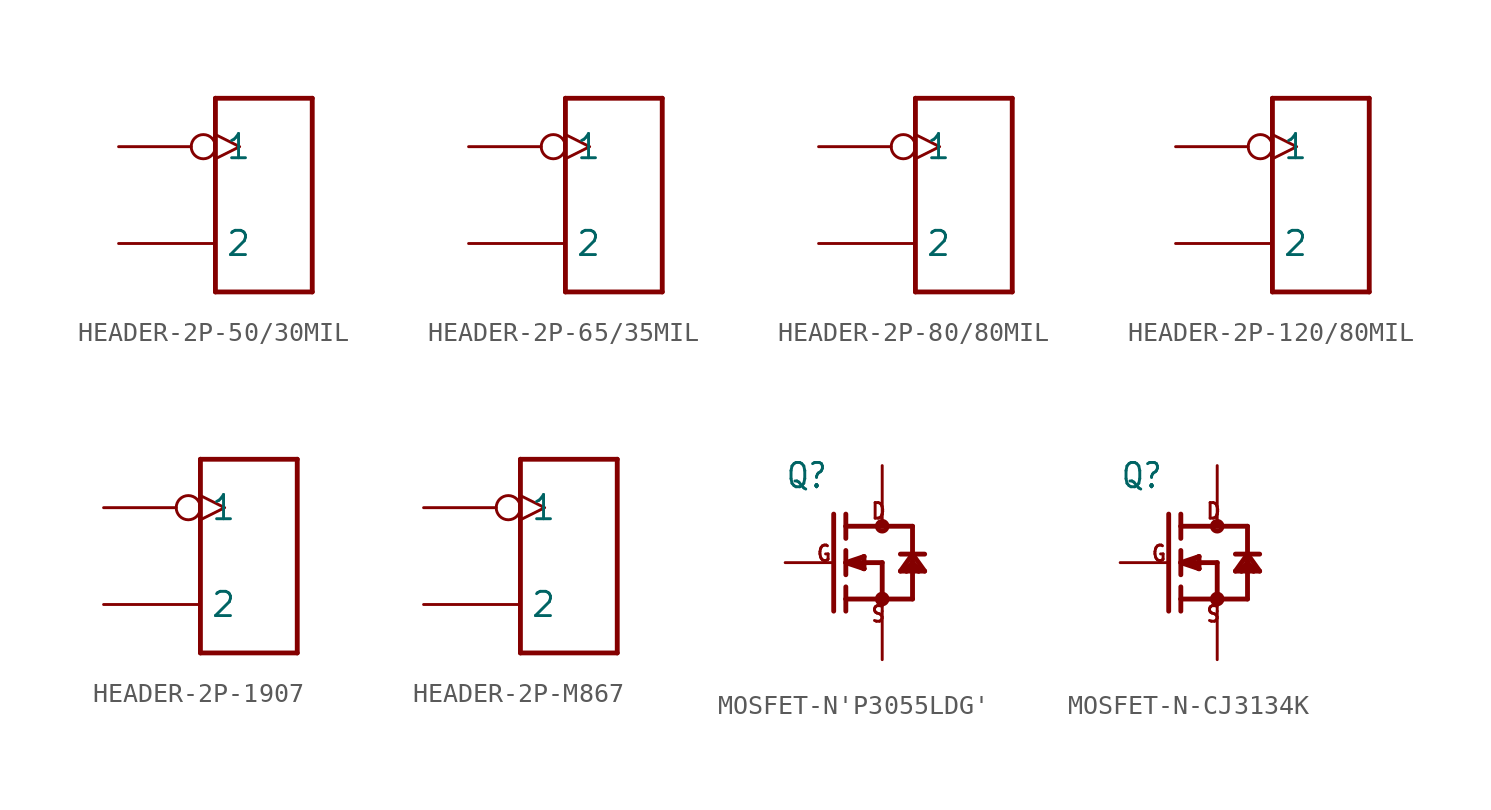
<source format=kicad_sym>
(kicad_symbol_lib
  (version 20220914)
  (generator kicad_symbol_editor)
  (symbol "HEADER-2P-50/30MIL"
    (property "Reference" "J"
      (at -6.35 6.35 0)
      (effects (font (size 1.27 1.079)) (justify left bottom) hide))
    (property "ki_locked" ""
      (at 0 0 0)
      (effects (font (size 1.27 1.27))))
    (symbol "HEADER-2P-50/30MIL_1_0"
      (polyline (pts (xy -2.54 -5.08) (xy -2.54 5.08)) (stroke (width 0.254) (type solid)) (fill (type none)))
      (polyline (pts (xy -2.54 5.08) (xy 2.54 5.08)) (stroke (width 0.254) (type solid)) (fill (type none)))
      (polyline (pts (xy 2.54 -5.08) (xy -2.54 -5.08)) (stroke (width 0.254) (type solid)) (fill (type none)))
      (polyline (pts (xy 2.54 5.08) (xy 2.54 -5.08)) (stroke (width 0.254) (type solid)) (fill (type none)))
      (pin bidirectional inverted_clock (at -7.62 2.54 0) (length 5.08) (name "1" (effects (font (size 1.27 1.27)))) (number "1" (effects (font (size 0 0)))))
      (pin bidirectional line (at -7.62 -2.54 0) (length 5.08) (name "2" (effects (font (size 1.27 1.27)))) (number "2" (effects (font (size 0 0)))))))
  (symbol "HEADER-2P-65/35MIL"
    (property "Reference" "J"
      (at -6.35 6.35 0)
      (effects (font (size 1.27 1.079)) (justify left bottom) hide))
    (property "ki_locked" ""
      (at 0 0 0)
      (effects (font (size 1.27 1.27))))
    (symbol "HEADER-2P-65/35MIL_1_0"
      (polyline (pts (xy -2.54 -5.08) (xy -2.54 5.08)) (stroke (width 0.254) (type solid)) (fill (type none)))
      (polyline (pts (xy -2.54 5.08) (xy 2.54 5.08)) (stroke (width 0.254) (type solid)) (fill (type none)))
      (polyline (pts (xy 2.54 -5.08) (xy -2.54 -5.08)) (stroke (width 0.254) (type solid)) (fill (type none)))
      (polyline (pts (xy 2.54 5.08) (xy 2.54 -5.08)) (stroke (width 0.254) (type solid)) (fill (type none)))
      (pin bidirectional inverted_clock (at -7.62 2.54 0) (length 5.08) (name "1" (effects (font (size 1.27 1.27)))) (number "1" (effects (font (size 0 0)))))
      (pin bidirectional line (at -7.62 -2.54 0) (length 5.08) (name "2" (effects (font (size 1.27 1.27)))) (number "2" (effects (font (size 0 0)))))))
  (symbol "HEADER-2P-80/80MIL"
    (property "Reference" "J"
      (at -6.35 6.35 0)
      (effects (font (size 1.27 1.079)) (justify left bottom) hide))
    (property "ki_locked" ""
      (at 0 0 0)
      (effects (font (size 1.27 1.27))))
    (symbol "HEADER-2P-80/80MIL_1_0"
      (polyline (pts (xy -2.54 -5.08) (xy -2.54 5.08)) (stroke (width 0.254) (type solid)) (fill (type none)))
      (polyline (pts (xy -2.54 5.08) (xy 2.54 5.08)) (stroke (width 0.254) (type solid)) (fill (type none)))
      (polyline (pts (xy 2.54 -5.08) (xy -2.54 -5.08)) (stroke (width 0.254) (type solid)) (fill (type none)))
      (polyline (pts (xy 2.54 5.08) (xy 2.54 -5.08)) (stroke (width 0.254) (type solid)) (fill (type none)))
      (pin bidirectional inverted_clock (at -7.62 2.54 0) (length 5.08) (name "1" (effects (font (size 1.27 1.27)))) (number "1" (effects (font (size 0 0)))))
      (pin bidirectional line (at -7.62 -2.54 0) (length 5.08) (name "2" (effects (font (size 1.27 1.27)))) (number "2" (effects (font (size 0 0)))))))
  (symbol "HEADER-2P-120/80MIL"
    (property "Reference" "J"
      (at -6.35 6.35 0)
      (effects (font (size 1.27 1.079)) (justify left bottom) hide))
    (property "ki_locked" ""
      (at 0 0 0)
      (effects (font (size 1.27 1.27))))
    (symbol "HEADER-2P-120/80MIL_1_0"
      (polyline (pts (xy -2.54 -5.08) (xy -2.54 5.08)) (stroke (width 0.254) (type solid)) (fill (type none)))
      (polyline (pts (xy -2.54 5.08) (xy 2.54 5.08)) (stroke (width 0.254) (type solid)) (fill (type none)))
      (polyline (pts (xy 2.54 -5.08) (xy -2.54 -5.08)) (stroke (width 0.254) (type solid)) (fill (type none)))
      (polyline (pts (xy 2.54 5.08) (xy 2.54 -5.08)) (stroke (width 0.254) (type solid)) (fill (type none)))
      (pin bidirectional inverted_clock (at -7.62 2.54 0) (length 5.08) (name "1" (effects (font (size 1.27 1.27)))) (number "1" (effects (font (size 0 0)))))
      (pin bidirectional line (at -7.62 -2.54 0) (length 5.08) (name "2" (effects (font (size 1.27 1.27)))) (number "2" (effects (font (size 0 0)))))))
  (symbol "HEADER-2P-1907"
    (property "Reference" "J"
      (at -6.35 6.35 0)
      (effects (font (size 1.27 1.079)) (justify left bottom) hide))
    (property "ki_locked" ""
      (at 0 0 0)
      (effects (font (size 1.27 1.27))))
    (symbol "HEADER-2P-1907_1_0"
      (polyline (pts (xy -2.54 -5.08) (xy -2.54 5.08)) (stroke (width 0.254) (type solid)) (fill (type none)))
      (polyline (pts (xy -2.54 5.08) (xy 2.54 5.08)) (stroke (width 0.254) (type solid)) (fill (type none)))
      (polyline (pts (xy 2.54 -5.08) (xy -2.54 -5.08)) (stroke (width 0.254) (type solid)) (fill (type none)))
      (polyline (pts (xy 2.54 5.08) (xy 2.54 -5.08)) (stroke (width 0.254) (type solid)) (fill (type none)))
      (pin bidirectional inverted_clock (at -7.62 2.54 0) (length 5.08) (name "1" (effects (font (size 1.27 1.27)))) (number "1" (effects (font (size 0 0)))))
      (pin bidirectional line (at -7.62 -2.54 0) (length 5.08) (name "2" (effects (font (size 1.27 1.27)))) (number "2" (effects (font (size 0 0)))))))
  (symbol "HEADER-2P-M867"
    (property "Reference" "J"
      (at -6.35 6.35 0)
      (effects (font (size 1.27 1.079)) (justify left bottom) hide))
    (property "ki_locked" ""
      (at 0 0 0)
      (effects (font (size 1.27 1.27))))
    (symbol "HEADER-2P-M867_1_0"
      (polyline (pts (xy -2.54 -5.08) (xy -2.54 5.08)) (stroke (width 0.254) (type solid)) (fill (type none)))
      (polyline (pts (xy -2.54 5.08) (xy 2.54 5.08)) (stroke (width 0.254) (type solid)) (fill (type none)))
      (polyline (pts (xy 2.54 -5.08) (xy -2.54 -5.08)) (stroke (width 0.254) (type solid)) (fill (type none)))
      (polyline (pts (xy 2.54 5.08) (xy 2.54 -5.08)) (stroke (width 0.254) (type solid)) (fill (type none)))
      (pin bidirectional inverted_clock (at -7.62 2.54 0) (length 5.08) (name "1" (effects (font (size 1.27 1.27)))) (number "1" (effects (font (size 0 0)))))
      (pin bidirectional line (at -7.62 -2.54 0) (length 5.08) (name "2" (effects (font (size 1.27 1.27)))) (number "2" (effects (font (size 0 0)))))))
  (symbol "MOSFET-N'P3055LDG'"
    (property "Reference" "Q"
      (at -5.08 3.81 0)
      (effects (font (size 1.27 1.079)) (justify left bottom)))
    (property "Value" ""
      (at -5.08 -5.08 0)
      (effects (font (size 1.27 1.079)) (justify left bottom)))
    (property "ki_locked" ""
      (at 0 0 0)
      (effects (font (size 1.27 1.27))))
    (symbol "MOSFET-N'P3055LDG'_1_0"
      (circle (center 0 -1.905) (radius 0.254) (stroke (width 0.254) (type solid)) (fill (type none)))
      (polyline (pts (xy -2.54 2.54) (xy -2.54 -2.54)) (stroke (width 0.254) (type solid)) (fill (type none)))
      (polyline (pts (xy -1.905 -2.54) (xy -1.905 -1.905)) (stroke (width 0.254) (type solid)) (fill (type none)))
      (polyline (pts (xy -1.905 -1.905) (xy -1.905 -1.27)) (stroke (width 0.254) (type solid)) (fill (type none)))
      (polyline (pts (xy -1.905 -1.905) (xy 0 -1.905)) (stroke (width 0.254) (type solid)) (fill (type none)))
      (polyline (pts (xy -1.905 0) (xy -1.905 -0.635)) (stroke (width 0.254) (type solid)) (fill (type none)))
      (polyline (pts (xy -1.905 0) (xy -0.953 -0.318)) (stroke (width 0.254) (type solid)) (fill (type none)))
      (polyline (pts (xy -1.905 0) (xy -0.953 0.318)) (stroke (width 0.254) (type solid)) (fill (type none)))
      (polyline (pts (xy -1.905 0.635) (xy -1.905 0)) (stroke (width 0.254) (type solid)) (fill (type none)))
      (polyline (pts (xy -1.905 1.905) (xy -1.905 1.27)) (stroke (width 0.254) (type solid)) (fill (type none)))
      (polyline (pts (xy -1.905 1.905) (xy 0 1.905)) (stroke (width 0.254) (type solid)) (fill (type none)))
      (polyline (pts (xy -1.905 2.54) (xy -1.905 1.905)) (stroke (width 0.254) (type solid)) (fill (type none)))
      (polyline (pts (xy -1.587 0) (xy -0.953 -0.318)) (stroke (width 0.254) (type solid)) (fill (type none)))
      (polyline (pts (xy -0.953 -0.318) (xy -1.397 0.127)) (stroke (width 0.254) (type solid)) (fill (type none)))
      (polyline (pts (xy -0.953 -0.318) (xy -0.953 0.318)) (stroke (width 0.254) (type solid)) (fill (type none)))
      (polyline (pts (xy -0.953 0.318) (xy -1.587 0)) (stroke (width 0.254) (type solid)) (fill (type none)))
      (polyline (pts (xy 0 -1.905) (xy 0 -2.54)) (stroke (width 0.152) (type solid)) (fill (type none)))
      (polyline (pts (xy 0 0) (xy -1.587 0)) (stroke (width 0.254) (type solid)) (fill (type none)))
      (polyline (pts (xy 0 0) (xy 0 -1.905)) (stroke (width 0.254) (type solid)) (fill (type none)))
      (polyline (pts (xy 0 1.905) (xy 1.587 1.905)) (stroke (width 0.254) (type solid)) (fill (type none)))
      (polyline (pts (xy 0 2.54) (xy 0 1.905)) (stroke (width 0.152) (type solid)) (fill (type none)))
      (polyline (pts (xy 0.953 -0.445) (xy 1.587 0.445)) (stroke (width 0.254) (type solid)) (fill (type none)))
      (polyline (pts (xy 1.27 -0.445) (xy 0.953 -0.445)) (stroke (width 0.254) (type solid)) (fill (type none)))
      (polyline (pts (xy 1.587 -1.905) (xy 0 -1.905)) (stroke (width 0.254) (type solid)) (fill (type none)))
      (polyline (pts (xy 1.587 -1.905) (xy 1.587 0)) (stroke (width 0.254) (type solid)) (fill (type none)))
      (polyline (pts (xy 1.587 0) (xy 1.27 -0.445)) (stroke (width 0.254) (type solid)) (fill (type none)))
      (polyline (pts (xy 1.587 0) (xy 1.27 -0.318)) (stroke (width 0.254) (type solid)) (fill (type none)))
      (polyline (pts (xy 1.587 0) (xy 1.587 0.445)) (stroke (width 0.254) (type solid)) (fill (type none)))
      (polyline (pts (xy 1.587 0.445) (xy 0.953 0.445)) (stroke (width 0.254) (type solid)) (fill (type none)))
      (polyline (pts (xy 1.587 0.445) (xy 1.587 1.905)) (stroke (width 0.254) (type solid)) (fill (type none)))
      (polyline (pts (xy 1.587 0.445) (xy 2.223 -0.445)) (stroke (width 0.254) (type solid)) (fill (type none)))
      (polyline (pts (xy 1.905 -0.445) (xy 1.27 -0.445)) (stroke (width 0.254) (type solid)) (fill (type none)))
      (polyline (pts (xy 1.905 -0.445) (xy 1.587 0)) (stroke (width 0.254) (type solid)) (fill (type none)))
      (polyline (pts (xy 1.905 -0.318) (xy 1.587 0)) (stroke (width 0.254) (type solid)) (fill (type none)))
      (polyline (pts (xy 2.223 -0.445) (xy 1.905 -0.445)) (stroke (width 0.254) (type solid)) (fill (type none)))
      (polyline (pts (xy 2.223 0.445) (xy 1.587 0.445)) (stroke (width 0.254) (type solid)) (fill (type none)))
      (circle (center 0 1.905) (radius 0.254) (stroke (width 0.254) (type solid)) (fill (type none)))
      (text "D" (at -0.635 2.223 0) (effects (font (size 0.813 0.691)) (justify left bottom)))
      (text "G" (at -3.493 0 0) (effects (font (size 0.813 0.691)) (justify left bottom)))
      (text "S" (at -0.635 -3.175 0) (effects (font (size 0.813 0.691)) (justify left bottom)))
      (pin passive line (at -5.08 0 0) (length 2.54) (name "G" (effects (font (size 0 0)))) (number "1" (effects (font (size 0 0)))))
      (pin passive line (at 0 5.08 270) (length 2.54) (name "D" (effects (font (size 0 0)))) (number "2" (effects (font (size 0 0)))))
      (pin passive line (at 0 -5.08 90) (length 2.54) (name "S" (effects (font (size 0 0)))) (number "3" (effects (font (size 0 0)))))))
  (symbol "MOSFET-N-CJ3134K"
    (property "Reference" "Q"
      (at -5.08 3.81 0)
      (effects (font (size 1.27 1.079)) (justify left bottom)))
    (property "Value" ""
      (at -5.08 -5.08 0)
      (effects (font (size 1.27 1.079)) (justify left bottom)))
    (property "ki_locked" ""
      (at 0 0 0)
      (effects (font (size 1.27 1.27))))
    (symbol "MOSFET-N-CJ3134K_1_0"
      (circle (center 0 -1.905) (radius 0.254) (stroke (width 0.254) (type solid)) (fill (type none)))
      (polyline (pts (xy -2.54 2.54) (xy -2.54 -2.54)) (stroke (width 0.254) (type solid)) (fill (type none)))
      (polyline (pts (xy -1.905 -2.54) (xy -1.905 -1.905)) (stroke (width 0.254) (type solid)) (fill (type none)))
      (polyline (pts (xy -1.905 -1.905) (xy -1.905 -1.27)) (stroke (width 0.254) (type solid)) (fill (type none)))
      (polyline (pts (xy -1.905 -1.905) (xy 0 -1.905)) (stroke (width 0.254) (type solid)) (fill (type none)))
      (polyline (pts (xy -1.905 0) (xy -1.905 -0.635)) (stroke (width 0.254) (type solid)) (fill (type none)))
      (polyline (pts (xy -1.905 0) (xy -0.953 -0.318)) (stroke (width 0.254) (type solid)) (fill (type none)))
      (polyline (pts (xy -1.905 0) (xy -0.953 0.318)) (stroke (width 0.254) (type solid)) (fill (type none)))
      (polyline (pts (xy -1.905 0.635) (xy -1.905 0)) (stroke (width 0.254) (type solid)) (fill (type none)))
      (polyline (pts (xy -1.905 1.905) (xy -1.905 1.27)) (stroke (width 0.254) (type solid)) (fill (type none)))
      (polyline (pts (xy -1.905 1.905) (xy 0 1.905)) (stroke (width 0.254) (type solid)) (fill (type none)))
      (polyline (pts (xy -1.905 2.54) (xy -1.905 1.905)) (stroke (width 0.254) (type solid)) (fill (type none)))
      (polyline (pts (xy -1.587 0) (xy -0.953 -0.318)) (stroke (width 0.254) (type solid)) (fill (type none)))
      (polyline (pts (xy -0.953 -0.318) (xy -1.397 0.127)) (stroke (width 0.254) (type solid)) (fill (type none)))
      (polyline (pts (xy -0.953 -0.318) (xy -0.953 0.318)) (stroke (width 0.254) (type solid)) (fill (type none)))
      (polyline (pts (xy -0.953 0.318) (xy -1.587 0)) (stroke (width 0.254) (type solid)) (fill (type none)))
      (polyline (pts (xy 0 -1.905) (xy 0 -2.54)) (stroke (width 0.152) (type solid)) (fill (type none)))
      (polyline (pts (xy 0 0) (xy -1.587 0)) (stroke (width 0.254) (type solid)) (fill (type none)))
      (polyline (pts (xy 0 0) (xy 0 -1.905)) (stroke (width 0.254) (type solid)) (fill (type none)))
      (polyline (pts (xy 0 1.905) (xy 1.587 1.905)) (stroke (width 0.254) (type solid)) (fill (type none)))
      (polyline (pts (xy 0 2.54) (xy 0 1.905)) (stroke (width 0.152) (type solid)) (fill (type none)))
      (polyline (pts (xy 0.953 -0.445) (xy 1.587 0.445)) (stroke (width 0.254) (type solid)) (fill (type none)))
      (polyline (pts (xy 1.27 -0.445) (xy 0.953 -0.445)) (stroke (width 0.254) (type solid)) (fill (type none)))
      (polyline (pts (xy 1.587 -1.905) (xy 0 -1.905)) (stroke (width 0.254) (type solid)) (fill (type none)))
      (polyline (pts (xy 1.587 -1.905) (xy 1.587 0)) (stroke (width 0.254) (type solid)) (fill (type none)))
      (polyline (pts (xy 1.587 0) (xy 1.27 -0.445)) (stroke (width 0.254) (type solid)) (fill (type none)))
      (polyline (pts (xy 1.587 0) (xy 1.27 -0.318)) (stroke (width 0.254) (type solid)) (fill (type none)))
      (polyline (pts (xy 1.587 0) (xy 1.587 0.445)) (stroke (width 0.254) (type solid)) (fill (type none)))
      (polyline (pts (xy 1.587 0.445) (xy 0.953 0.445)) (stroke (width 0.254) (type solid)) (fill (type none)))
      (polyline (pts (xy 1.587 0.445) (xy 1.587 1.905)) (stroke (width 0.254) (type solid)) (fill (type none)))
      (polyline (pts (xy 1.587 0.445) (xy 2.223 -0.445)) (stroke (width 0.254) (type solid)) (fill (type none)))
      (polyline (pts (xy 1.905 -0.445) (xy 1.27 -0.445)) (stroke (width 0.254) (type solid)) (fill (type none)))
      (polyline (pts (xy 1.905 -0.445) (xy 1.587 0)) (stroke (width 0.254) (type solid)) (fill (type none)))
      (polyline (pts (xy 1.905 -0.318) (xy 1.587 0)) (stroke (width 0.254) (type solid)) (fill (type none)))
      (polyline (pts (xy 2.223 -0.445) (xy 1.905 -0.445)) (stroke (width 0.254) (type solid)) (fill (type none)))
      (polyline (pts (xy 2.223 0.445) (xy 1.587 0.445)) (stroke (width 0.254) (type solid)) (fill (type none)))
      (circle (center 0 1.905) (radius 0.254) (stroke (width 0.254) (type solid)) (fill (type none)))
      (text "D" (at -0.635 2.223 0) (effects (font (size 0.813 0.691)) (justify left bottom)))
      (text "G" (at -3.493 0 0) (effects (font (size 0.813 0.691)) (justify left bottom)))
      (text "S" (at -0.635 -3.175 0) (effects (font (size 0.813 0.691)) (justify left bottom)))
      (pin passive line (at -5.08 0 0) (length 2.54) (name "G" (effects (font (size 0 0)))) (number "1" (effects (font (size 0 0)))))
      (pin passive line (at 0 -5.08 90) (length 2.54) (name "S" (effects (font (size 0 0)))) (number "2" (effects (font (size 0 0)))))
      (pin passive line (at 0 5.08 270) (length 2.54) (name "D" (effects (font (size 0 0)))) (number "3" (effects (font (size 0 0))))))))
</source>
